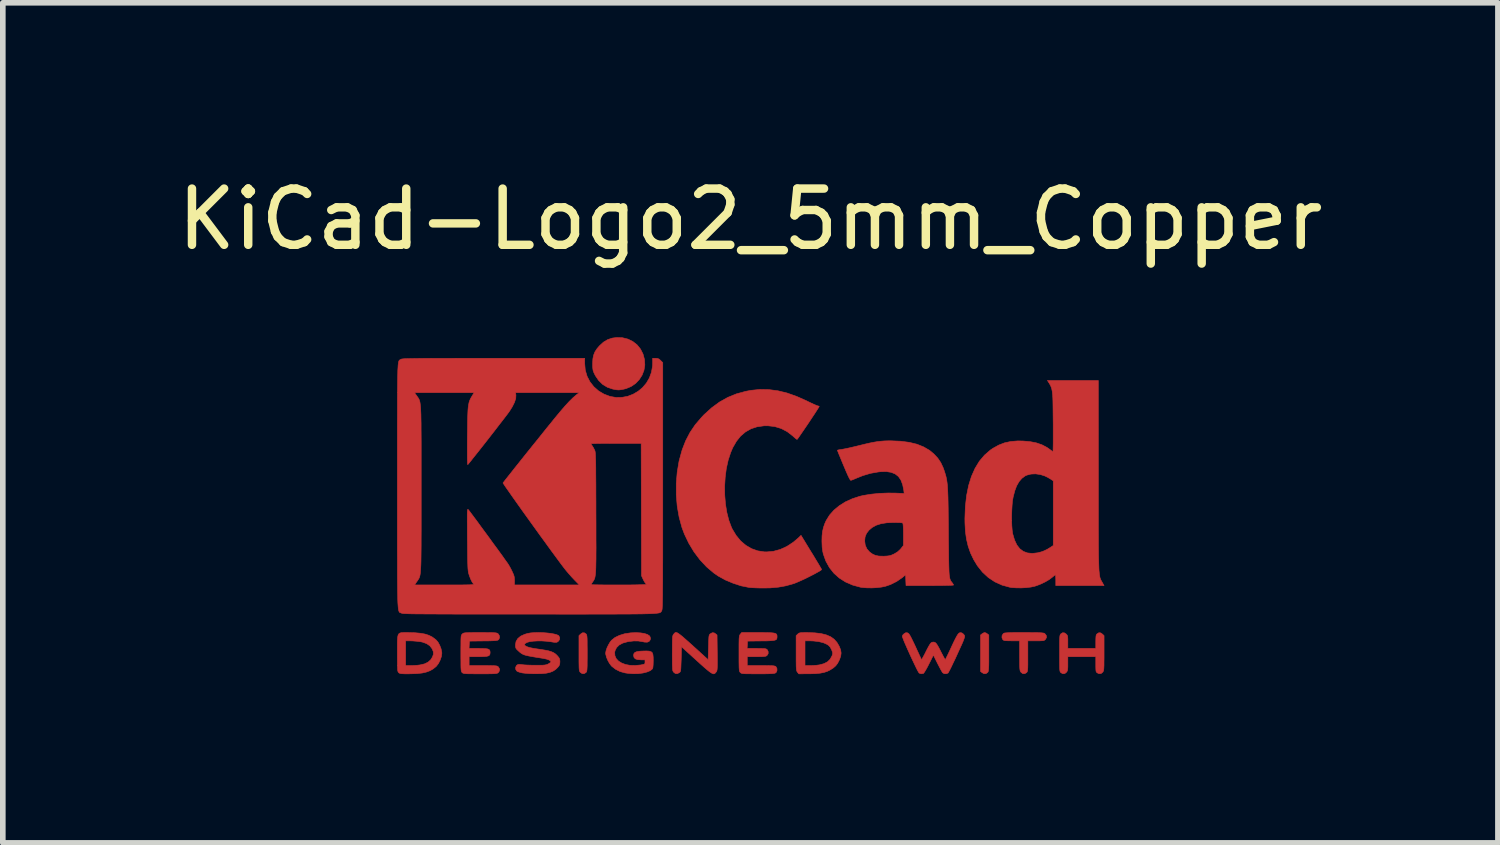
<source format=kicad_pcb>
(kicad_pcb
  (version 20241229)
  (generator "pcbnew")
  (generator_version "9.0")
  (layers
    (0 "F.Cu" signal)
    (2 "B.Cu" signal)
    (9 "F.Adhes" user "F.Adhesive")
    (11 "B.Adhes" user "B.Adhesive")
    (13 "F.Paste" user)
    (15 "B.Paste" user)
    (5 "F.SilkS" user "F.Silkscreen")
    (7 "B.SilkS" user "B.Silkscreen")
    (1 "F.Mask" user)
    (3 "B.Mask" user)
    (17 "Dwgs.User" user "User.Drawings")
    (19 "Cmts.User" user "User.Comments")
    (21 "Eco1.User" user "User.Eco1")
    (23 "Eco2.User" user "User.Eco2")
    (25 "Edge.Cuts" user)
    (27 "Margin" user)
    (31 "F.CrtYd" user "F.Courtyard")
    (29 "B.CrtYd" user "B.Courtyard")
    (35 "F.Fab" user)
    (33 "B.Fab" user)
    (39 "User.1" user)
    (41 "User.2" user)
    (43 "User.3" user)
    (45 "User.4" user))
  (footprint "KiCad-Logo2_5mm_Copper"
    (layer "F.Cu")
    (at 10.292 5.928)
    (property "Reference" "KiCad-Logo2_5mm_Copper" (at 0 -5.08 0) (layer "F.SilkS") (effects (font (size 1 1) (thickness 0.15))))
    (attr exclude_from_pos_files exclude_from_bom)
    (fp_poly (pts (xy 4.189 2.276) (xy 4.212 2.291) (xy 4.239 2.312) (xy 4.239 2.634) (xy 4.239 2.728) (xy 4.239 2.802) (xy 4.238 2.859) (xy 4.236 2.901) (xy 4.234 2.931) (xy 4.231 2.951) (xy 4.227 2.965) (xy 4.221 2.974) (xy 4.217 2.979) (xy 4.186 3) (xy 4.15 2.999) (xy 4.119 2.981) (xy 4.092 2.96) (xy 4.092 2.312) (xy 4.119 2.291) (xy 4.145 2.275) (xy 4.166 2.269) (xy 4.189 2.276)) (stroke (width 0.01) (type solid)) (fill yes) (layer "F.Cu"))
    (fp_poly (pts (xy -2.924 2.292) (xy -2.917 2.299) (xy -2.912 2.309) (xy -2.908 2.324) (xy -2.905 2.346) (xy -2.903 2.378) (xy -2.902 2.422) (xy -2.902 2.482) (xy -2.901 2.56) (xy -2.901 2.636) (xy -2.901 2.73) (xy -2.902 2.804) (xy -2.902 2.86) (xy -2.904 2.902) (xy -2.906 2.932) (xy -2.909 2.952) (xy -2.913 2.965) (xy -2.919 2.974) (xy -2.924 2.98) (xy -2.957 3) (xy -2.992 2.998) (xy -3.023 2.977) (xy -3.031 2.968) (xy -3.036 2.959) (xy -3.041 2.945) (xy -3.044 2.924) (xy -3.046 2.895) (xy -3.047 2.853) (xy -3.048 2.796) (xy -3.048 2.722) (xy -3.048 2.638) (xy -3.048 2.324) (xy -3.02 2.297) (xy -2.986 2.273) (xy -2.953 2.273) (xy -2.924 2.292)) (stroke (width 0.01) (type solid)) (fill yes) (layer "F.Cu"))
    (fp_poly (pts (xy -2.273 -2.973) (xy -2.177 -2.949) (xy -2.09 -2.906) (xy -2.015 -2.847) (xy -1.954 -2.772) (xy -1.909 -2.683) (xy -1.883 -2.586) (xy -1.877 -2.489) (xy -1.892 -2.395) (xy -1.926 -2.307) (xy -1.977 -2.228) (xy -2.042 -2.16) (xy -2.121 -2.106) (xy -2.212 -2.068) (xy -2.263 -2.056) (xy -2.308 -2.048) (xy -2.342 -2.045) (xy -2.375 -2.047) (xy -2.415 -2.054) (xy -2.449 -2.061) (xy -2.542 -2.092) (xy -2.626 -2.143) (xy -2.698 -2.213) (xy -2.756 -2.298) (xy -2.77 -2.326) (xy -2.787 -2.362) (xy -2.797 -2.392) (xy -2.802 -2.425) (xy -2.805 -2.466) (xy -2.805 -2.512) (xy -2.801 -2.596) (xy -2.787 -2.665) (xy -2.762 -2.726) (xy -2.723 -2.784) (xy -2.684 -2.829) (xy -2.612 -2.895) (xy -2.537 -2.94) (xy -2.455 -2.967) (xy -2.377 -2.977) (xy -2.273 -2.973)) (stroke (width 0.01) (type solid)) (fill yes) (layer "F.Cu"))
    (fp_poly (pts (xy 4.963 2.269) (xy 5.042 2.27) (xy 5.103 2.27) (xy 5.149 2.272) (xy 5.182 2.274) (xy 5.205 2.277) (xy 5.221 2.28) (xy 5.231 2.285) (xy 5.236 2.289) (xy 5.261 2.321) (xy 5.265 2.355) (xy 5.249 2.386) (xy 5.238 2.398) (xy 5.227 2.406) (xy 5.211 2.412) (xy 5.186 2.414) (xy 5.147 2.416) (xy 5.09 2.416) (xy 5.079 2.416) (xy 4.933 2.416) (xy 4.933 2.687) (xy 4.933 2.772) (xy 4.933 2.838) (xy 4.932 2.887) (xy 4.93 2.922) (xy 4.927 2.946) (xy 4.923 2.962) (xy 4.918 2.972) (xy 4.911 2.98) (xy 4.878 3) (xy 4.843 2.999) (xy 4.812 2.976) (xy 4.81 2.973) (xy 4.802 2.962) (xy 4.797 2.95) (xy 4.793 2.933) (xy 4.79 2.908) (xy 4.788 2.872) (xy 4.787 2.822) (xy 4.787 2.755) (xy 4.786 2.68) (xy 4.786 2.416) (xy 4.647 2.416) (xy 4.587 2.415) (xy 4.546 2.414) (xy 4.519 2.411) (xy 4.502 2.405) (xy 4.49 2.397) (xy 4.489 2.395) (xy 4.473 2.362) (xy 4.474 2.324) (xy 4.493 2.292) (xy 4.5 2.285) (xy 4.51 2.28) (xy 4.524 2.276) (xy 4.545 2.274) (xy 4.575 2.272) (xy 4.618 2.27) (xy 4.676 2.269) (xy 4.75 2.269) (xy 4.844 2.269) (xy 4.864 2.269) (xy 4.963 2.269)) (stroke (width 0.01) (type solid)) (fill yes) (layer "F.Cu"))
    (fp_poly (pts (xy 6.229 2.275) (xy 6.26 2.297) (xy 6.288 2.324) (xy 6.288 2.634) (xy 6.288 2.726) (xy 6.287 2.798) (xy 6.287 2.853) (xy 6.285 2.893) (xy 6.283 2.922) (xy 6.28 2.942) (xy 6.275 2.956) (xy 6.269 2.967) (xy 6.265 2.973) (xy 6.234 2.998) (xy 6.198 3) (xy 6.166 2.985) (xy 6.156 2.976) (xy 6.148 2.965) (xy 6.144 2.946) (xy 6.142 2.915) (xy 6.141 2.869) (xy 6.141 2.833) (xy 6.141 2.698) (xy 5.644 2.698) (xy 5.644 2.821) (xy 5.644 2.877) (xy 5.642 2.915) (xy 5.638 2.941) (xy 5.63 2.96) (xy 5.621 2.973) (xy 5.59 2.998) (xy 5.555 3.001) (xy 5.522 2.983) (xy 5.513 2.974) (xy 5.506 2.962) (xy 5.502 2.943) (xy 5.499 2.914) (xy 5.498 2.87) (xy 5.497 2.808) (xy 5.497 2.794) (xy 5.497 2.678) (xy 5.497 2.582) (xy 5.497 2.504) (xy 5.497 2.443) (xy 5.498 2.396) (xy 5.5 2.361) (xy 5.502 2.335) (xy 5.505 2.318) (xy 5.51 2.306) (xy 5.515 2.298) (xy 5.52 2.292) (xy 5.552 2.272) (xy 5.585 2.275) (xy 5.617 2.297) (xy 5.629 2.311) (xy 5.638 2.327) (xy 5.642 2.35) (xy 5.644 2.384) (xy 5.644 2.436) (xy 5.644 2.551) (xy 6.141 2.551) (xy 6.141 2.433) (xy 6.142 2.378) (xy 6.144 2.341) (xy 6.148 2.317) (xy 6.155 2.301) (xy 6.164 2.292) (xy 6.196 2.272) (xy 6.229 2.275)) (stroke (width 0.01) (type solid)) (fill yes) (layer "F.Cu"))
    (fp_poly (pts (xy 1.018 2.269) (xy 1.147 2.274) (xy 1.257 2.287) (xy 1.349 2.31) (xy 1.426 2.343) (xy 1.489 2.388) (xy 1.539 2.444) (xy 1.58 2.514) (xy 1.58 2.515) (xy 1.605 2.577) (xy 1.613 2.633) (xy 1.606 2.688) (xy 1.584 2.751) (xy 1.579 2.761) (xy 1.55 2.817) (xy 1.517 2.86) (xy 1.475 2.897) (xy 1.417 2.934) (xy 1.414 2.936) (xy 1.364 2.96) (xy 1.307 2.978) (xy 1.24 2.991) (xy 1.159 2.999) (xy 1.06 3.002) (xy 1.025 3.002) (xy 0.86 3.003) (xy 0.836 2.973) (xy 0.829 2.963) (xy 0.824 2.952) (xy 0.82 2.936) (xy 0.817 2.913) (xy 0.815 2.88) (xy 0.814 2.856) (xy 0.971 2.856) (xy 1.065 2.856) (xy 1.12 2.854) (xy 1.176 2.85) (xy 1.222 2.844) (xy 1.225 2.844) (xy 1.307 2.822) (xy 1.371 2.789) (xy 1.418 2.743) (xy 1.451 2.683) (xy 1.457 2.667) (xy 1.463 2.642) (xy 1.46 2.618) (xy 1.448 2.585) (xy 1.441 2.569) (xy 1.418 2.527) (xy 1.39 2.497) (xy 1.359 2.477) (xy 1.297 2.45) (xy 1.218 2.43) (xy 1.125 2.419) (xy 1.058 2.416) (xy 0.971 2.416) (xy 0.971 2.856) (xy 0.814 2.856) (xy 0.814 2.835) (xy 0.813 2.774) (xy 0.813 2.696) (xy 0.813 2.634) (xy 0.813 2.324) (xy 0.841 2.297) (xy 0.853 2.286) (xy 0.866 2.278) (xy 0.885 2.273) (xy 0.913 2.27) (xy 0.955 2.269) (xy 1.015 2.269) (xy 1.018 2.269)) (stroke (width 0.01) (type solid)) (fill yes) (layer "F.Cu"))
    (fp_poly (pts (xy -6.121 2.269) (xy -6.082 2.269) (xy -5.966 2.272) (xy -5.869 2.281) (xy -5.788 2.295) (xy -5.719 2.317) (xy -5.658 2.347) (xy -5.604 2.387) (xy -5.584 2.404) (xy -5.552 2.443) (xy -5.523 2.497) (xy -5.5 2.557) (xy -5.488 2.615) (xy -5.486 2.636) (xy -5.494 2.695) (xy -5.516 2.759) (xy -5.547 2.82) (xy -5.584 2.868) (xy -5.59 2.874) (xy -5.641 2.915) (xy -5.696 2.947) (xy -5.76 2.971) (xy -5.834 2.988) (xy -5.924 2.998) (xy -6.031 3.002) (xy -6.08 3.003) (xy -6.142 3.003) (xy -6.186 3.001) (xy -6.215 2.999) (xy -6.234 2.994) (xy -6.247 2.987) (xy -6.254 2.98) (xy -6.261 2.973) (xy -6.266 2.963) (xy -6.27 2.948) (xy -6.273 2.926) (xy -6.274 2.894) (xy -6.276 2.85) (xy -6.276 2.79) (xy -6.277 2.712) (xy -6.277 2.636) (xy -6.277 2.535) (xy -6.277 2.454) (xy -6.276 2.416) (xy -6.13 2.416) (xy -6.13 2.856) (xy -6.037 2.856) (xy -5.981 2.854) (xy -5.922 2.85) (xy -5.873 2.844) (xy -5.872 2.844) (xy -5.792 2.825) (xy -5.731 2.795) (xy -5.684 2.753) (xy -5.655 2.707) (xy -5.636 2.656) (xy -5.638 2.608) (xy -5.659 2.557) (xy -5.7 2.504) (xy -5.758 2.465) (xy -5.833 2.438) (xy -5.883 2.429) (xy -5.939 2.423) (xy -6 2.418) (xy -6.051 2.416) (xy -6.054 2.416) (xy -6.13 2.416) (xy -6.276 2.416) (xy -6.275 2.392) (xy -6.271 2.345) (xy -6.263 2.312) (xy -6.25 2.29) (xy -6.23 2.277) (xy -6.203 2.27) (xy -6.167 2.269) (xy -6.121 2.269)) (stroke (width 0.01) (type solid)) (fill yes) (layer "F.Cu"))
    (fp_poly (pts (xy -1.3 2.273) (xy -1.277 2.287) (xy -1.246 2.31) (xy -1.206 2.342) (xy -1.156 2.386) (xy -1.094 2.441) (xy -1.018 2.509) (xy -0.931 2.588) (xy -0.751 2.752) (xy -0.745 2.532) (xy -0.743 2.456) (xy -0.741 2.4) (xy -0.739 2.36) (xy -0.736 2.332) (xy -0.731 2.314) (xy -0.725 2.303) (xy -0.717 2.294) (xy -0.713 2.291) (xy -0.678 2.272) (xy -0.645 2.274) (xy -0.619 2.291) (xy -0.593 2.312) (xy -0.589 2.627) (xy -0.588 2.72) (xy -0.588 2.793) (xy -0.588 2.848) (xy -0.589 2.889) (xy -0.591 2.919) (xy -0.594 2.939) (xy -0.598 2.953) (xy -0.604 2.964) (xy -0.61 2.972) (xy -0.623 2.988) (xy -0.637 2.999) (xy -0.652 3.003) (xy -0.671 2.999) (xy -0.695 2.987) (xy -0.727 2.965) (xy -0.768 2.932) (xy -0.821 2.887) (xy -0.886 2.829) (xy -0.96 2.762) (xy -1.225 2.521) (xy -1.23 2.741) (xy -1.233 2.816) (xy -1.235 2.872) (xy -1.237 2.913) (xy -1.24 2.94) (xy -1.244 2.958) (xy -1.25 2.969) (xy -1.259 2.978) (xy -1.263 2.981) (xy -1.3 3) (xy -1.335 2.997) (xy -1.365 2.973) (xy -1.372 2.963) (xy -1.378 2.952) (xy -1.382 2.936) (xy -1.385 2.913) (xy -1.386 2.88) (xy -1.388 2.835) (xy -1.388 2.774) (xy -1.389 2.694) (xy -1.389 2.636) (xy -1.388 2.544) (xy -1.388 2.473) (xy -1.387 2.418) (xy -1.386 2.378) (xy -1.384 2.349) (xy -1.38 2.329) (xy -1.376 2.315) (xy -1.37 2.305) (xy -1.365 2.299) (xy -1.354 2.285) (xy -1.343 2.274) (xy -1.332 2.268) (xy -1.318 2.267) (xy -1.3 2.273)) (stroke (width 0.01) (type solid)) (fill yes) (layer "F.Cu"))
    (fp_poly (pts (xy -1.95 2.275) (xy -1.882 2.286) (xy -1.829 2.304) (xy -1.795 2.327) (xy -1.785 2.341) (xy -1.776 2.372) (xy -1.782 2.4) (xy -1.802 2.427) (xy -1.834 2.44) (xy -1.879 2.439) (xy -1.914 2.432) (xy -1.992 2.419) (xy -2.072 2.418) (xy -2.162 2.428) (xy -2.186 2.433) (xy -2.269 2.456) (xy -2.334 2.491) (xy -2.38 2.537) (xy -2.407 2.592) (xy -2.413 2.621) (xy -2.409 2.68) (xy -2.386 2.732) (xy -2.345 2.776) (xy -2.288 2.811) (xy -2.219 2.837) (xy -2.138 2.852) (xy -2.048 2.854) (xy -1.951 2.845) (xy -1.945 2.844) (xy -1.907 2.836) (xy -1.885 2.83) (xy -1.876 2.819) (xy -1.874 2.802) (xy -1.874 2.793) (xy -1.874 2.754) (xy -1.942 2.754) (xy -2.003 2.75) (xy -2.044 2.737) (xy -2.068 2.714) (xy -2.077 2.679) (xy -2.077 2.674) (xy -2.072 2.645) (xy -2.054 2.623) (xy -2.022 2.609) (xy -1.972 2.601) (xy -1.923 2.598) (xy -1.852 2.596) (xy -1.801 2.599) (xy -1.766 2.609) (xy -1.744 2.628) (xy -1.733 2.66) (xy -1.728 2.708) (xy -1.727 2.77) (xy -1.729 2.84) (xy -1.733 2.887) (xy -1.74 2.912) (xy -1.741 2.914) (xy -1.78 2.946) (xy -1.837 2.97) (xy -1.909 2.988) (xy -1.991 2.999) (xy -2.081 3.001) (xy -2.175 2.994) (xy -2.23 2.986) (xy -2.316 2.962) (xy -2.396 2.922) (xy -2.463 2.87) (xy -2.473 2.86) (xy -2.506 2.816) (xy -2.536 2.762) (xy -2.559 2.706) (xy -2.572 2.654) (xy -2.574 2.635) (xy -2.567 2.593) (xy -2.55 2.542) (xy -2.524 2.488) (xy -2.495 2.439) (xy -2.469 2.406) (xy -2.408 2.357) (xy -2.329 2.319) (xy -2.235 2.29) (xy -2.129 2.274) (xy -2.032 2.27) (xy -1.95 2.275)) (stroke (width 0.01) (type solid)) (fill yes) (layer "F.Cu"))
    (fp_poly (pts (xy 0.23 2.269) (xy 0.307 2.27) (xy 0.365 2.272) (xy 0.408 2.276) (xy 0.438 2.282) (xy 0.457 2.291) (xy 0.468 2.303) (xy 0.473 2.319) (xy 0.474 2.339) (xy 0.474 2.341) (xy 0.473 2.364) (xy 0.468 2.382) (xy 0.457 2.395) (xy 0.437 2.404) (xy 0.406 2.41) (xy 0.36 2.414) (xy 0.298 2.417) (xy 0.216 2.418) (xy 0.191 2.418) (xy -0.051 2.421) (xy -0.054 2.486) (xy -0.058 2.551) (xy 0.111 2.551) (xy 0.176 2.552) (xy 0.223 2.553) (xy 0.255 2.555) (xy 0.276 2.559) (xy 0.289 2.565) (xy 0.299 2.573) (xy 0.299 2.573) (xy 0.316 2.607) (xy 0.316 2.643) (xy 0.297 2.674) (xy 0.294 2.678) (xy 0.281 2.686) (xy 0.263 2.692) (xy 0.237 2.695) (xy 0.197 2.697) (xy 0.142 2.698) (xy 0.106 2.698) (xy -0.056 2.698) (xy -0.056 2.856) (xy 0.19 2.856) (xy 0.272 2.856) (xy 0.333 2.857) (xy 0.379 2.858) (xy 0.41 2.86) (xy 0.431 2.864) (xy 0.445 2.868) (xy 0.453 2.874) (xy 0.455 2.877) (xy 0.472 2.908) (xy 0.473 2.944) (xy 0.46 2.975) (xy 0.449 2.985) (xy 0.438 2.991) (xy 0.421 2.995) (xy 0.396 2.998) (xy 0.359 3) (xy 0.308 3.002) (xy 0.24 3.003) (xy 0.153 3.003) (xy 0.133 3.003) (xy 0.045 3.003) (xy -0.024 3.002) (xy -0.075 3.002) (xy -0.113 3) (xy -0.139 2.998) (xy -0.156 2.994) (xy -0.167 2.989) (xy -0.176 2.983) (xy -0.18 2.978) (xy -0.187 2.97) (xy -0.192 2.96) (xy -0.196 2.945) (xy -0.199 2.923) (xy -0.201 2.89) (xy -0.202 2.845) (xy -0.203 2.785) (xy -0.203 2.707) (xy -0.203 2.641) (xy -0.203 2.549) (xy -0.203 2.476) (xy -0.202 2.421) (xy -0.201 2.38) (xy -0.198 2.35) (xy -0.195 2.33) (xy -0.191 2.316) (xy -0.185 2.305) (xy -0.18 2.299) (xy -0.156 2.269) (xy 0.134 2.269) (xy 0.23 2.269)) (stroke (width 0.01) (type solid)) (fill yes) (layer "F.Cu"))
    (fp_poly (pts (xy -4.713 2.269) (xy -4.643 2.27) (xy -4.591 2.27) (xy -4.553 2.272) (xy -4.526 2.274) (xy -4.508 2.278) (xy -4.496 2.283) (xy -4.487 2.289) (xy -4.484 2.292) (xy -4.464 2.323) (xy -4.46 2.359) (xy -4.473 2.391) (xy -4.48 2.397) (xy -4.489 2.403) (xy -4.505 2.408) (xy -4.529 2.412) (xy -4.566 2.414) (xy -4.617 2.416) (xy -4.685 2.418) (xy -4.748 2.418) (xy -4.995 2.421) (xy -4.999 2.486) (xy -5.002 2.551) (xy -4.834 2.551) (xy -4.761 2.552) (xy -4.708 2.555) (xy -4.671 2.56) (xy -4.647 2.57) (xy -4.634 2.586) (xy -4.629 2.607) (xy -4.628 2.628) (xy -4.631 2.653) (xy -4.64 2.671) (xy -4.659 2.684) (xy -4.691 2.692) (xy -4.738 2.696) (xy -4.804 2.698) (xy -4.84 2.698) (xy -5.001 2.698) (xy -5.001 2.856) (xy -4.753 2.856) (xy -4.671 2.856) (xy -4.609 2.857) (xy -4.564 2.858) (xy -4.532 2.86) (xy -4.511 2.863) (xy -4.496 2.868) (xy -4.487 2.874) (xy -4.482 2.879) (xy -4.465 2.906) (xy -4.459 2.929) (xy -4.467 2.959) (xy -4.482 2.98) (xy -4.49 2.987) (xy -4.5 2.992) (xy -4.515 2.996) (xy -4.538 2.999) (xy -4.571 3.001) (xy -4.618 3.002) (xy -4.68 3.003) (xy -4.761 3.003) (xy -4.803 3.003) (xy -4.894 3.003) (xy -4.964 3.002) (xy -5.017 3.002) (xy -5.056 3) (xy -5.083 2.998) (xy -5.101 2.994) (xy -5.113 2.99) (xy -5.122 2.983) (xy -5.125 2.98) (xy -5.132 2.973) (xy -5.137 2.963) (xy -5.141 2.948) (xy -5.144 2.926) (xy -5.146 2.894) (xy -5.147 2.849) (xy -5.147 2.789) (xy -5.148 2.711) (xy -5.148 2.638) (xy -5.148 2.545) (xy -5.147 2.471) (xy -5.147 2.415) (xy -5.146 2.374) (xy -5.144 2.345) (xy -5.141 2.325) (xy -5.136 2.312) (xy -5.131 2.303) (xy -5.123 2.295) (xy -5.122 2.294) (xy -5.113 2.286) (xy -5.103 2.28) (xy -5.089 2.276) (xy -5.067 2.273) (xy -5.036 2.271) (xy -4.993 2.27) (xy -4.934 2.269) (xy -4.857 2.269) (xy -4.802 2.269) (xy -4.713 2.269)) (stroke (width 0.01) (type solid)) (fill yes) (layer "F.Cu"))
    (fp_poly (pts (xy 3.745 2.271) (xy 3.764 2.278) (xy 3.765 2.278) (xy 3.792 2.299) (xy 3.806 2.32) (xy 3.809 2.329) (xy 3.809 2.342) (xy 3.805 2.361) (xy 3.796 2.387) (xy 3.782 2.424) (xy 3.761 2.473) (xy 3.732 2.536) (xy 3.695 2.617) (xy 3.675 2.661) (xy 3.639 2.74) (xy 3.604 2.812) (xy 3.574 2.876) (xy 3.548 2.928) (xy 3.528 2.965) (xy 3.516 2.986) (xy 3.513 2.989) (xy 3.482 3.001) (xy 3.447 3) (xy 3.419 2.984) (xy 3.418 2.983) (xy 3.407 2.966) (xy 3.388 2.933) (xy 3.364 2.888) (xy 3.337 2.836) (xy 3.327 2.817) (xy 3.254 2.67) (xy 3.174 2.829) (xy 3.146 2.884) (xy 3.119 2.932) (xy 3.097 2.969) (xy 3.081 2.991) (xy 3.076 2.996) (xy 3.034 3.002) (xy 3 2.989) (xy 2.99 2.974) (xy 2.972 2.943) (xy 2.949 2.897) (xy 2.921 2.839) (xy 2.89 2.774) (xy 2.857 2.704) (xy 2.824 2.631) (xy 2.792 2.56) (xy 2.763 2.494) (xy 2.737 2.435) (xy 2.718 2.386) (xy 2.705 2.352) (xy 2.7 2.334) (xy 2.7 2.334) (xy 2.711 2.311) (xy 2.733 2.289) (xy 2.735 2.288) (xy 2.762 2.272) (xy 2.787 2.273) (xy 2.796 2.275) (xy 2.808 2.282) (xy 2.82 2.294) (xy 2.834 2.315) (xy 2.852 2.347) (xy 2.875 2.393) (xy 2.905 2.455) (xy 2.932 2.512) (xy 2.962 2.578) (xy 2.99 2.638) (xy 3.013 2.688) (xy 3.03 2.725) (xy 3.039 2.746) (xy 3.041 2.749) (xy 3.047 2.743) (xy 3.061 2.721) (xy 3.081 2.685) (xy 3.106 2.638) (xy 3.115 2.619) (xy 3.148 2.554) (xy 3.174 2.507) (xy 3.194 2.474) (xy 3.21 2.454) (xy 3.226 2.443) (xy 3.242 2.439) (xy 3.252 2.438) (xy 3.271 2.44) (xy 3.287 2.447) (xy 3.303 2.462) (xy 3.321 2.487) (xy 3.344 2.526) (xy 3.373 2.581) (xy 3.389 2.613) (xy 3.415 2.663) (xy 3.437 2.705) (xy 3.454 2.734) (xy 3.464 2.748) (xy 3.466 2.749) (xy 3.472 2.738) (xy 3.487 2.709) (xy 3.508 2.666) (xy 3.534 2.612) (xy 3.564 2.548) (xy 3.578 2.517) (xy 3.616 2.436) (xy 3.647 2.374) (xy 3.672 2.328) (xy 3.692 2.297) (xy 3.71 2.278) (xy 3.727 2.271) (xy 3.745 2.271)) (stroke (width 0.01) (type solid)) (fill yes) (layer "F.Cu"))
    (fp_poly (pts (xy -3.692 2.27) (xy -3.617 2.276) (xy -3.547 2.284) (xy -3.487 2.295) (xy -3.44 2.308) (xy -3.41 2.323) (xy -3.406 2.327) (xy -3.39 2.362) (xy -3.395 2.397) (xy -3.419 2.428) (xy -3.421 2.429) (xy -3.435 2.438) (xy -3.45 2.443) (xy -3.471 2.443) (xy -3.503 2.44) (xy -3.552 2.432) (xy -3.556 2.432) (xy -3.629 2.423) (xy -3.707 2.418) (xy -3.786 2.418) (xy -3.859 2.422) (xy -3.922 2.43) (xy -3.968 2.443) (xy -3.971 2.444) (xy -4.005 2.463) (xy -4.017 2.482) (xy -4.008 2.5) (xy -3.978 2.518) (xy -3.929 2.535) (xy -3.861 2.549) (xy -3.816 2.556) (xy -3.721 2.57) (xy -3.647 2.582) (xy -3.588 2.594) (xy -3.542 2.608) (xy -3.506 2.623) (xy -3.476 2.641) (xy -3.449 2.664) (xy -3.428 2.686) (xy -3.403 2.717) (xy -3.391 2.743) (xy -3.387 2.776) (xy -3.387 2.788) (xy -3.39 2.828) (xy -3.401 2.857) (xy -3.421 2.883) (xy -3.462 2.924) (xy -3.508 2.954) (xy -3.562 2.976) (xy -3.627 2.991) (xy -3.707 2.999) (xy -3.805 3.001) (xy -3.821 3.001) (xy -3.887 3) (xy -3.952 2.997) (xy -4.009 2.992) (xy -4.052 2.987) (xy -4.055 2.987) (xy -4.098 2.976) (xy -4.134 2.964) (xy -4.154 2.952) (xy -4.173 2.922) (xy -4.174 2.886) (xy -4.158 2.854) (xy -4.154 2.851) (xy -4.139 2.84) (xy -4.12 2.835) (xy -4.091 2.836) (xy -4.056 2.84) (xy -4.016 2.844) (xy -3.96 2.847) (xy -3.895 2.849) (xy -3.828 2.85) (xy -3.81 2.85) (xy -3.742 2.85) (xy -3.692 2.849) (xy -3.657 2.846) (xy -3.63 2.841) (xy -3.609 2.834) (xy -3.596 2.828) (xy -3.568 2.811) (xy -3.55 2.796) (xy -3.547 2.792) (xy -3.553 2.774) (xy -3.579 2.757) (xy -3.624 2.741) (xy -3.687 2.728) (xy -3.705 2.725) (xy -3.801 2.71) (xy -3.878 2.697) (xy -3.938 2.686) (xy -3.984 2.676) (xy -4.021 2.665) (xy -4.049 2.653) (xy -4.073 2.639) (xy -4.096 2.622) (xy -4.119 2.601) (xy -4.127 2.594) (xy -4.155 2.567) (xy -4.17 2.545) (xy -4.176 2.52) (xy -4.177 2.489) (xy -4.167 2.428) (xy -4.136 2.376) (xy -4.085 2.333) (xy -4.013 2.3) (xy -3.962 2.285) (xy -3.907 2.275) (xy -3.841 2.27) (xy -3.768 2.268) (xy -3.692 2.27)) (stroke (width 0.01) (type solid)) (fill yes) (layer "F.Cu"))
    (fp_poly (pts (xy 0.328 -2.051) (xy 0.489 -2.03) (xy 0.653 -1.99) (xy 0.822 -1.93) (xy 1 -1.851) (xy 1.011 -1.845) (xy 1.069 -1.817) (xy 1.121 -1.793) (xy 1.162 -1.775) (xy 1.19 -1.764) (xy 1.2 -1.761) (xy 1.219 -1.756) (xy 1.224 -1.752) (xy 1.218 -1.741) (xy 1.202 -1.715) (xy 1.177 -1.676) (xy 1.145 -1.626) (xy 1.107 -1.569) (xy 1.066 -1.507) (xy 1.023 -1.442) (xy 0.98 -1.379) (xy 0.939 -1.319) (xy 0.902 -1.265) (xy 0.871 -1.22) (xy 0.847 -1.186) (xy 0.832 -1.167) (xy 0.83 -1.165) (xy 0.82 -1.17) (xy 0.798 -1.187) (xy 0.767 -1.214) (xy 0.752 -1.228) (xy 0.655 -1.303) (xy 0.548 -1.359) (xy 0.433 -1.394) (xy 0.31 -1.408) (xy 0.241 -1.407) (xy 0.119 -1.39) (xy 0.01 -1.354) (xy -0.087 -1.299) (xy -0.174 -1.225) (xy -0.249 -1.131) (xy -0.314 -1.018) (xy -0.351 -0.931) (xy -0.395 -0.796) (xy -0.428 -0.648) (xy -0.448 -0.493) (xy -0.458 -0.333) (xy -0.456 -0.173) (xy -0.443 -0.016) (xy -0.419 0.133) (xy -0.384 0.271) (xy -0.338 0.395) (xy -0.322 0.429) (xy -0.253 0.543) (xy -0.173 0.64) (xy -0.081 0.718) (xy 0.02 0.777) (xy 0.13 0.816) (xy 0.247 0.834) (xy 0.289 0.835) (xy 0.41 0.824) (xy 0.531 0.791) (xy 0.649 0.737) (xy 0.762 0.663) (xy 0.854 0.585) (xy 0.9 0.54) (xy 1.081 0.837) (xy 1.127 0.911) (xy 1.168 0.98) (xy 1.204 1.039) (xy 1.233 1.088) (xy 1.254 1.124) (xy 1.265 1.144) (xy 1.266 1.147) (xy 1.258 1.157) (xy 1.233 1.174) (xy 1.193 1.197) (xy 1.142 1.225) (xy 1.084 1.255) (xy 1.021 1.287) (xy 0.958 1.318) (xy 0.896 1.346) (xy 0.839 1.371) (xy 0.791 1.391) (xy 0.768 1.399) (xy 0.634 1.437) (xy 0.496 1.462) (xy 0.349 1.475) (xy 0.222 1.477) (xy 0.154 1.476) (xy 0.088 1.474) (xy 0.031 1.471) (xy -0.013 1.468) (xy -0.027 1.466) (xy -0.166 1.438) (xy -0.307 1.392) (xy -0.445 1.334) (xy -0.572 1.264) (xy -0.649 1.211) (xy -0.777 1.103) (xy -0.895 0.977) (xy -1.002 0.835) (xy -1.095 0.681) (xy -1.173 0.518) (xy -1.217 0.401) (xy -1.267 0.217) (xy -1.301 0.023) (xy -1.318 -0.179) (xy -1.318 -0.382) (xy -1.301 -0.584) (xy -1.268 -0.781) (xy -1.217 -0.967) (xy -1.214 -0.978) (xy -1.151 -1.14) (xy -1.074 -1.288) (xy -0.981 -1.426) (xy -0.868 -1.558) (xy -0.825 -1.604) (xy -0.688 -1.728) (xy -0.549 -1.83) (xy -0.403 -1.912) (xy -0.249 -1.975) (xy -0.084 -2.02) (xy 0.011 -2.038) (xy 0.17 -2.054) (xy 0.328 -2.051)) (stroke (width 0.01) (type solid)) (fill yes) (layer "F.Cu"))
    (fp_poly (pts (xy 6.187 -0.528) (xy 6.187 -0.293) (xy 6.187 -0.08) (xy 6.187 0.112) (xy 6.187 0.285) (xy 6.187 0.441) (xy 6.188 0.579) (xy 6.188 0.701) (xy 6.189 0.808) (xy 6.19 0.901) (xy 6.192 0.982) (xy 6.194 1.051) (xy 6.196 1.11) (xy 6.198 1.159) (xy 6.202 1.2) (xy 6.205 1.234) (xy 6.21 1.262) (xy 6.214 1.285) (xy 6.22 1.304) (xy 6.226 1.321) (xy 6.233 1.335) (xy 6.24 1.349) (xy 6.249 1.364) (xy 6.254 1.373) (xy 6.288 1.434) (xy 5.43 1.434) (xy 5.43 1.338) (xy 5.429 1.294) (xy 5.427 1.261) (xy 5.424 1.243) (xy 5.423 1.242) (xy 5.412 1.249) (xy 5.389 1.267) (xy 5.366 1.286) (xy 5.312 1.327) (xy 5.242 1.368) (xy 5.165 1.405) (xy 5.088 1.435) (xy 5.057 1.445) (xy 4.989 1.46) (xy 4.906 1.47) (xy 4.816 1.475) (xy 4.728 1.474) (xy 4.649 1.469) (xy 4.612 1.463) (xy 4.473 1.425) (xy 4.346 1.367) (xy 4.23 1.29) (xy 4.127 1.195) (xy 4.036 1.081) (xy 3.969 0.97) (xy 3.914 0.854) (xy 3.872 0.734) (xy 3.842 0.608) (xy 3.823 0.472) (xy 3.815 0.32) (xy 3.814 0.243) (xy 3.816 0.186) (xy 4.645 0.186) (xy 4.645 0.279) (xy 4.648 0.367) (xy 4.654 0.444) (xy 4.662 0.505) (xy 4.665 0.517) (xy 4.697 0.625) (xy 4.738 0.712) (xy 4.79 0.779) (xy 4.853 0.826) (xy 4.926 0.853) (xy 5.011 0.862) (xy 5.107 0.851) (xy 5.17 0.835) (xy 5.219 0.817) (xy 5.274 0.791) (xy 5.314 0.767) (xy 5.385 0.721) (xy 5.385 -0.429) (xy 5.317 -0.473) (xy 5.239 -0.514) (xy 5.155 -0.541) (xy 5.07 -0.553) (xy 4.988 -0.549) (xy 4.915 -0.53) (xy 4.883 -0.515) (xy 4.826 -0.472) (xy 4.777 -0.415) (xy 4.735 -0.342) (xy 4.701 -0.252) (xy 4.672 -0.141) (xy 4.671 -0.135) (xy 4.66 -0.073) (xy 4.653 0.005) (xy 4.648 0.093) (xy 4.645 0.186) (xy 3.816 0.186) (xy 3.822 0.03) (xy 3.844 -0.166) (xy 3.88 -0.345) (xy 3.93 -0.506) (xy 3.994 -0.65) (xy 4.071 -0.777) (xy 4.163 -0.886) (xy 4.268 -0.977) (xy 4.314 -1.008) (xy 4.415 -1.064) (xy 4.518 -1.104) (xy 4.628 -1.128) (xy 4.749 -1.138) (xy 4.842 -1.137) (xy 4.971 -1.126) (xy 5.084 -1.104) (xy 5.183 -1.07) (xy 5.271 -1.024) (xy 5.32 -0.99) (xy 5.349 -0.968) (xy 5.371 -0.953) (xy 5.379 -0.948) (xy 5.381 -0.959) (xy 5.382 -0.99) (xy 5.383 -1.037) (xy 5.384 -1.1) (xy 5.384 -1.173) (xy 5.384 -1.256) (xy 5.384 -1.344) (xy 5.384 -1.436) (xy 5.383 -1.528) (xy 5.382 -1.618) (xy 5.381 -1.704) (xy 5.38 -1.781) (xy 5.379 -1.848) (xy 5.377 -1.902) (xy 5.375 -1.94) (xy 5.375 -1.947) (xy 5.367 -2.018) (xy 5.356 -2.073) (xy 5.338 -2.12) (xy 5.312 -2.166) (xy 5.305 -2.176) (xy 5.281 -2.213) (xy 6.186 -2.213) (xy 6.187 -0.528)) (stroke (width 0.01) (type solid)) (fill yes) (layer "F.Cu"))
    (fp_poly (pts (xy 2.674 -1.133) (xy 2.825 -1.113) (xy 2.961 -1.08) (xy 3.08 -1.032) (xy 3.185 -0.971) (xy 3.262 -0.907) (xy 3.331 -0.833) (xy 3.385 -0.753) (xy 3.428 -0.661) (xy 3.443 -0.618) (xy 3.456 -0.579) (xy 3.467 -0.543) (xy 3.477 -0.508) (xy 3.485 -0.472) (xy 3.492 -0.433) (xy 3.498 -0.39) (xy 3.503 -0.34) (xy 3.507 -0.283) (xy 3.51 -0.215) (xy 3.513 -0.136) (xy 3.515 -0.043) (xy 3.517 0.066) (xy 3.518 0.192) (xy 3.52 0.337) (xy 3.521 0.48) (xy 3.522 0.636) (xy 3.524 0.771) (xy 3.525 0.887) (xy 3.526 0.986) (xy 3.528 1.068) (xy 3.53 1.136) (xy 3.532 1.192) (xy 3.535 1.236) (xy 3.539 1.271) (xy 3.544 1.299) (xy 3.55 1.321) (xy 3.557 1.338) (xy 3.565 1.352) (xy 3.574 1.366) (xy 3.585 1.38) (xy 3.59 1.385) (xy 3.605 1.408) (xy 3.612 1.423) (xy 3.612 1.424) (xy 3.602 1.426) (xy 3.571 1.428) (xy 3.522 1.43) (xy 3.458 1.431) (xy 3.382 1.433) (xy 3.295 1.433) (xy 3.2 1.434) (xy 3.19 1.434) (xy 2.767 1.434) (xy 2.763 1.338) (xy 2.76 1.242) (xy 2.698 1.293) (xy 2.601 1.36) (xy 2.491 1.415) (xy 2.404 1.445) (xy 2.335 1.46) (xy 2.252 1.47) (xy 2.162 1.475) (xy 2.074 1.474) (xy 1.995 1.468) (xy 1.959 1.463) (xy 1.819 1.425) (xy 1.692 1.37) (xy 1.58 1.299) (xy 1.484 1.213) (xy 1.404 1.112) (xy 1.341 0.997) (xy 1.296 0.871) (xy 1.284 0.814) (xy 1.276 0.752) (xy 1.273 0.677) (xy 1.272 0.643) (xy 1.272 0.64) (xy 2.032 0.64) (xy 2.042 0.715) (xy 2.07 0.779) (xy 2.118 0.835) (xy 2.123 0.839) (xy 2.172 0.874) (xy 2.223 0.897) (xy 2.284 0.909) (xy 2.359 0.911) (xy 2.377 0.911) (xy 2.431 0.908) (xy 2.471 0.903) (xy 2.506 0.893) (xy 2.545 0.876) (xy 2.556 0.871) (xy 2.616 0.835) (xy 2.663 0.792) (xy 2.676 0.777) (xy 2.721 0.72) (xy 2.721 0.525) (xy 2.72 0.446) (xy 2.718 0.388) (xy 2.715 0.349) (xy 2.711 0.327) (xy 2.707 0.32) (xy 2.691 0.317) (xy 2.657 0.314) (xy 2.61 0.313) (xy 2.555 0.312) (xy 2.546 0.312) (xy 2.425 0.317) (xy 2.323 0.333) (xy 2.236 0.361) (xy 2.164 0.401) (xy 2.109 0.448) (xy 2.064 0.506) (xy 2.039 0.569) (xy 2.032 0.64) (xy 1.272 0.64) (xy 1.274 0.55) (xy 1.283 0.471) (xy 1.299 0.4) (xy 1.324 0.329) (xy 1.348 0.276) (xy 1.407 0.181) (xy 1.485 0.093) (xy 1.58 0.014) (xy 1.69 -0.055) (xy 1.813 -0.111) (xy 1.945 -0.154) (xy 2.009 -0.169) (xy 2.146 -0.191) (xy 2.294 -0.206) (xy 2.446 -0.212) (xy 2.572 -0.211) (xy 2.734 -0.204) (xy 2.727 -0.263) (xy 2.707 -0.362) (xy 2.676 -0.443) (xy 2.632 -0.506) (xy 2.575 -0.551) (xy 2.503 -0.58) (xy 2.416 -0.594) (xy 2.313 -0.591) (xy 2.275 -0.587) (xy 2.134 -0.562) (xy 1.997 -0.521) (xy 1.902 -0.483) (xy 1.857 -0.464) (xy 1.819 -0.448) (xy 1.792 -0.439) (xy 1.785 -0.437) (xy 1.775 -0.446) (xy 1.758 -0.475) (xy 1.734 -0.524) (xy 1.703 -0.594) (xy 1.665 -0.684) (xy 1.658 -0.7) (xy 1.628 -0.772) (xy 1.601 -0.838) (xy 1.578 -0.893) (xy 1.561 -0.936) (xy 1.55 -0.963) (xy 1.547 -0.972) (xy 1.557 -0.977) (xy 1.583 -0.982) (xy 1.611 -0.986) (xy 1.642 -0.991) (xy 1.689 -1) (xy 1.751 -1.013) (xy 1.821 -1.029) (xy 1.896 -1.047) (xy 1.925 -1.054) (xy 2.03 -1.08) (xy 2.117 -1.1) (xy 2.192 -1.115) (xy 2.258 -1.126) (xy 2.319 -1.133) (xy 2.381 -1.138) (xy 2.446 -1.14) (xy 2.504 -1.14) (xy 2.674 -1.133)) (stroke (width 0.01) (type solid)) (fill yes) (layer "F.Cu"))
    (fp_poly (pts (xy -2.946 -2.511) (xy -2.936 -2.397) (xy -2.904 -2.289) (xy -2.853 -2.19) (xy -2.784 -2.102) (xy -2.699 -2.027) (xy -2.602 -1.97) (xy -2.496 -1.93) (xy -2.389 -1.911) (xy -2.283 -1.913) (xy -2.181 -1.932) (xy -2.085 -1.969) (xy -1.996 -2.021) (xy -1.917 -2.087) (xy -1.849 -2.167) (xy -1.796 -2.258) (xy -1.759 -2.359) (xy -1.74 -2.47) (xy -1.738 -2.52) (xy -1.738 -2.608) (xy -1.687 -2.608) (xy -1.65 -2.605) (xy -1.623 -2.593) (xy -1.596 -2.569) (xy -1.558 -2.531) (xy -1.558 -0.339) (xy -1.558 -0.077) (xy -1.558 0.163) (xy -1.558 0.383) (xy -1.558 0.583) (xy -1.558 0.764) (xy -1.558 0.928) (xy -1.559 1.074) (xy -1.559 1.205) (xy -1.559 1.32) (xy -1.56 1.421) (xy -1.561 1.509) (xy -1.561 1.585) (xy -1.562 1.65) (xy -1.563 1.704) (xy -1.564 1.749) (xy -1.565 1.786) (xy -1.567 1.815) (xy -1.568 1.837) (xy -1.57 1.854) (xy -1.572 1.866) (xy -1.574 1.874) (xy -1.576 1.88) (xy -1.577 1.882) (xy -1.581 1.889) (xy -1.585 1.895) (xy -1.589 1.901) (xy -1.594 1.906) (xy -1.601 1.911) (xy -1.611 1.916) (xy -1.625 1.92) (xy -1.645 1.923) (xy -1.669 1.926) (xy -1.701 1.929) (xy -1.741 1.931) (xy -1.789 1.934) (xy -1.846 1.935) (xy -1.914 1.937) (xy -1.994 1.938) (xy -2.085 1.939) (xy -2.19 1.94) (xy -2.309 1.94) (xy -2.443 1.941) (xy -2.593 1.941) (xy -2.76 1.941) (xy -2.945 1.942) (xy -3.149 1.942) (xy -3.372 1.942) (xy -3.616 1.941) (xy -3.881 1.941) (xy -3.92 1.941) (xy -4.187 1.941) (xy -4.432 1.941) (xy -4.657 1.941) (xy -4.861 1.941) (xy -5.047 1.941) (xy -5.215 1.941) (xy -5.366 1.94) (xy -5.501 1.94) (xy -5.62 1.939) (xy -5.725 1.939) (xy -5.817 1.938) (xy -5.896 1.938) (xy -5.964 1.937) (xy -6.021 1.936) (xy -6.069 1.935) (xy -6.107 1.933) (xy -6.138 1.932) (xy -6.162 1.931) (xy -6.18 1.929) (xy -6.192 1.927) (xy -6.201 1.925) (xy -6.205 1.923) (xy -6.214 1.92) (xy -6.221 1.917) (xy -6.229 1.915) (xy -6.235 1.911) (xy -6.241 1.906) (xy -6.246 1.897) (xy -6.251 1.885) (xy -6.255 1.869) (xy -6.259 1.846) (xy -6.262 1.818) (xy -6.265 1.781) (xy -6.268 1.737) (xy -6.27 1.683) (xy -6.271 1.618) (xy -6.273 1.543) (xy -6.274 1.455) (xy -6.275 1.354) (xy -6.276 1.239) (xy -6.276 1.11) (xy -6.276 0.964) (xy -6.277 0.802) (xy -6.277 0.621) (xy -6.277 0.422) (xy -6.277 0.204) (xy -6.277 -0.035) (xy -6.277 -0.296) (xy -6.277 -0.338) (xy -6.277 -0.601) (xy -6.277 -0.842) (xy -6.277 -1.063) (xy -6.277 -1.264) (xy -6.277 -1.446) (xy -6.276 -1.61) (xy -6.276 -1.757) (xy -6.276 -1.888) (xy -6.275 -1.998) (xy -5.972 -1.998) (xy -5.932 -1.94) (xy -5.921 -1.925) (xy -5.911 -1.911) (xy -5.902 -1.897) (xy -5.894 -1.883) (xy -5.887 -1.868) (xy -5.881 -1.849) (xy -5.875 -1.826) (xy -5.871 -1.798) (xy -5.867 -1.764) (xy -5.863 -1.722) (xy -5.861 -1.67) (xy -5.858 -1.609) (xy -5.857 -1.537) (xy -5.855 -1.452) (xy -5.855 -1.354) (xy -5.854 -1.24) (xy -5.853 -1.111) (xy -5.853 -0.965) (xy -5.853 -0.8) (xy -5.853 -0.616) (xy -5.853 -0.41) (xy -5.853 -0.288) (xy -5.853 -0.071) (xy -5.853 0.125) (xy -5.853 0.3) (xy -5.853 0.456) (xy -5.854 0.595) (xy -5.854 0.717) (xy -5.855 0.823) (xy -5.856 0.915) (xy -5.857 0.994) (xy -5.859 1.062) (xy -5.862 1.118) (xy -5.865 1.165) (xy -5.868 1.204) (xy -5.872 1.235) (xy -5.877 1.261) (xy -5.883 1.282) (xy -5.89 1.299) (xy -5.897 1.314) (xy -5.906 1.327) (xy -5.915 1.341) (xy -5.925 1.356) (xy -5.932 1.365) (xy -5.97 1.422) (xy -5.439 1.422) (xy -5.315 1.422) (xy -5.213 1.422) (xy -5.129 1.422) (xy -5.063 1.421) (xy -5.012 1.42) (xy -4.974 1.419) (xy -4.948 1.417) (xy -4.932 1.415) (xy -4.923 1.412) (xy -4.921 1.408) (xy -4.923 1.404) (xy -4.925 1.403) (xy -4.95 1.366) (xy -4.976 1.313) (xy -4.999 1.251) (xy -5.007 1.224) (xy -5.012 1.206) (xy -5.016 1.185) (xy -5.019 1.159) (xy -5.022 1.126) (xy -5.024 1.083) (xy -5.026 1.028) (xy -5.028 0.96) (xy -5.029 0.877) (xy -5.03 0.775) (xy -5.031 0.654) (xy -5.032 0.61) (xy -5.033 0.484) (xy -5.033 0.38) (xy -5.034 0.295) (xy -5.034 0.227) (xy -5.034 0.174) (xy -5.033 0.135) (xy -5.031 0.107) (xy -5.029 0.09) (xy -5.027 0.081) (xy -5.023 0.078) (xy -5.019 0.08) (xy -5.015 0.085) (xy -5.004 0.098) (xy -4.982 0.127) (xy -4.95 0.17) (xy -4.909 0.225) (xy -4.861 0.289) (xy -4.808 0.362) (xy -4.751 0.44) (xy -4.691 0.521) (xy -4.631 0.603) (xy -4.572 0.685) (xy -4.514 0.763) (xy -4.461 0.836) (xy -4.413 0.902) (xy -4.373 0.959) (xy -4.341 1.004) (xy -4.318 1.035) (xy -4.314 1.041) (xy -4.291 1.078) (xy -4.264 1.126) (xy -4.239 1.176) (xy -4.236 1.183) (xy -4.214 1.231) (xy -4.201 1.268) (xy -4.196 1.304) (xy -4.194 1.346) (xy -4.195 1.422) (xy -3.041 1.422) (xy -3.132 1.329) (xy -3.179 1.279) (xy -3.229 1.222) (xy -3.275 1.168) (xy -3.295 1.143) (xy -3.326 1.103) (xy -3.366 1.05) (xy -3.414 0.985) (xy -3.47 0.909) (xy -3.532 0.825) (xy -3.599 0.733) (xy -3.669 0.636) (xy -3.743 0.535) (xy -3.817 0.432) (xy -3.892 0.328) (xy -3.966 0.225) (xy -4.038 0.125) (xy -4.106 0.029) (xy -4.17 -0.061) (xy -4.229 -0.144) (xy -4.28 -0.218) (xy -4.324 -0.28) (xy -4.359 -0.33) (xy -4.383 -0.367) (xy -4.396 -0.387) (xy -4.398 -0.391) (xy -4.39 -0.403) (xy -4.369 -0.43) (xy -4.337 -0.471) (xy -4.294 -0.525) (xy -4.243 -0.589) (xy -4.185 -0.663) (xy -4.12 -0.744) (xy -4.051 -0.831) (xy -3.979 -0.921) (xy -3.904 -1.014) (xy -3.845 -1.088) (xy -2.834 -1.088) (xy -2.828 -1.075) (xy -2.813 -1.053) (xy -2.812 -1.052) (xy -2.793 -1.021) (xy -2.774 -0.985) (xy -2.77 -0.976) (xy -2.766 -0.968) (xy -2.763 -0.958) (xy -2.76 -0.945) (xy -2.758 -0.927) (xy -2.756 -0.904) (xy -2.754 -0.873) (xy -2.753 -0.833) (xy -2.751 -0.784) (xy -2.75 -0.723) (xy -2.749 -0.649) (xy -2.749 -0.561) (xy -2.748 -0.457) (xy -2.747 -0.337) (xy -2.747 -0.198) (xy -2.746 -0.039) (xy -2.746 0.14) (xy -2.745 0.325) (xy -2.745 0.489) (xy -2.745 0.633) (xy -2.744 0.759) (xy -2.745 0.868) (xy -2.745 0.961) (xy -2.747 1.04) (xy -2.748 1.106) (xy -2.75 1.161) (xy -2.753 1.206) (xy -2.757 1.242) (xy -2.761 1.271) (xy -2.766 1.295) (xy -2.772 1.313) (xy -2.779 1.329) (xy -2.787 1.344) (xy -2.797 1.358) (xy -2.805 1.37) (xy -2.822 1.396) (xy -2.832 1.414) (xy -2.834 1.417) (xy -2.823 1.418) (xy -2.791 1.419) (xy -2.742 1.42) (xy -2.677 1.421) (xy -2.599 1.422) (xy -2.51 1.422) (xy -2.411 1.422) (xy -2.342 1.422) (xy -2.237 1.422) (xy -2.141 1.422) (xy -2.054 1.421) (xy -1.98 1.419) (xy -1.921 1.418) (xy -1.879 1.416) (xy -1.855 1.414) (xy -1.851 1.412) (xy -1.859 1.398) (xy -1.867 1.39) (xy -1.88 1.372) (xy -1.897 1.342) (xy -1.909 1.318) (xy -1.936 1.259) (xy -1.939 0.082) (xy -1.942 -1.095) (xy -2.388 -1.095) (xy -2.486 -1.095) (xy -2.576 -1.094) (xy -2.657 -1.094) (xy -2.725 -1.093) (xy -2.779 -1.092) (xy -2.815 -1.09) (xy -2.833 -1.089) (xy -2.834 -1.088) (xy -3.845 -1.088) (xy -3.829 -1.107) (xy -3.755 -1.199) (xy -3.683 -1.289) (xy -3.615 -1.374) (xy -3.551 -1.452) (xy -3.494 -1.523) (xy -3.444 -1.584) (xy -3.403 -1.633) (xy -3.386 -1.654) (xy -3.3 -1.754) (xy -3.223 -1.838) (xy -3.154 -1.906) (xy -3.091 -1.96) (xy -3.082 -1.967) (xy -3.042 -1.998) (xy -4.174 -1.998) (xy -4.169 -1.95) (xy -4.172 -1.893) (xy -4.194 -1.825) (xy -4.234 -1.745) (xy -4.279 -1.673) (xy -4.295 -1.65) (xy -4.323 -1.612) (xy -4.361 -1.562) (xy -4.408 -1.501) (xy -4.462 -1.432) (xy -4.52 -1.356) (xy -4.582 -1.276) (xy -4.646 -1.194) (xy -4.71 -1.112) (xy -4.773 -1.032) (xy -4.832 -0.957) (xy -4.887 -0.888) (xy -4.935 -0.828) (xy -4.974 -0.778) (xy -5.004 -0.742) (xy -5.022 -0.72) (xy -5.025 -0.717) (xy -5.028 -0.725) (xy -5.03 -0.755) (xy -5.032 -0.807) (xy -5.033 -0.881) (xy -5.033 -0.977) (xy -5.033 -1.094) (xy -5.032 -1.214) (xy -5.03 -1.346) (xy -5.029 -1.457) (xy -5.027 -1.551) (xy -5.024 -1.629) (xy -5.021 -1.692) (xy -5.016 -1.745) (xy -5.009 -1.788) (xy -5.002 -1.823) (xy -4.992 -1.854) (xy -4.98 -1.882) (xy -4.965 -1.91) (xy -4.95 -1.935) (xy -4.912 -1.998) (xy -5.972 -1.998) (xy -6.275 -1.998) (xy -6.275 -2.004) (xy -6.274 -2.106) (xy -6.273 -2.195) (xy -6.272 -2.272) (xy -6.27 -2.337) (xy -6.269 -2.393) (xy -6.266 -2.438) (xy -6.264 -2.475) (xy -6.261 -2.505) (xy -6.258 -2.528) (xy -6.254 -2.546) (xy -6.25 -2.559) (xy -6.245 -2.568) (xy -6.24 -2.574) (xy -6.234 -2.579) (xy -6.228 -2.582) (xy -6.222 -2.586) (xy -6.216 -2.589) (xy -6.21 -2.592) (xy -6.202 -2.594) (xy -6.19 -2.596) (xy -6.173 -2.598) (xy -6.149 -2.6) (xy -6.118 -2.601) (xy -6.079 -2.602) (xy -6.03 -2.603) (xy -5.971 -2.604) (xy -5.899 -2.605) (xy -5.815 -2.606) (xy -5.718 -2.606) (xy -5.605 -2.607) (xy -5.476 -2.607) (xy -5.33 -2.607) (xy -5.166 -2.608) (xy -4.982 -2.608) (xy -4.778 -2.608) (xy -4.567 -2.608) (xy -2.946 -2.608) (xy -2.946 -2.511)) (stroke (width 0.01) (type solid)) (fill yes) (layer "F.Cu")))
  (gr_rect
    (start -3 -3)
    (end 23.583 11.936)
    (stroke (width 0.1) (type default))
    (fill no)
    (layer "Edge.Cuts")))
</source>
